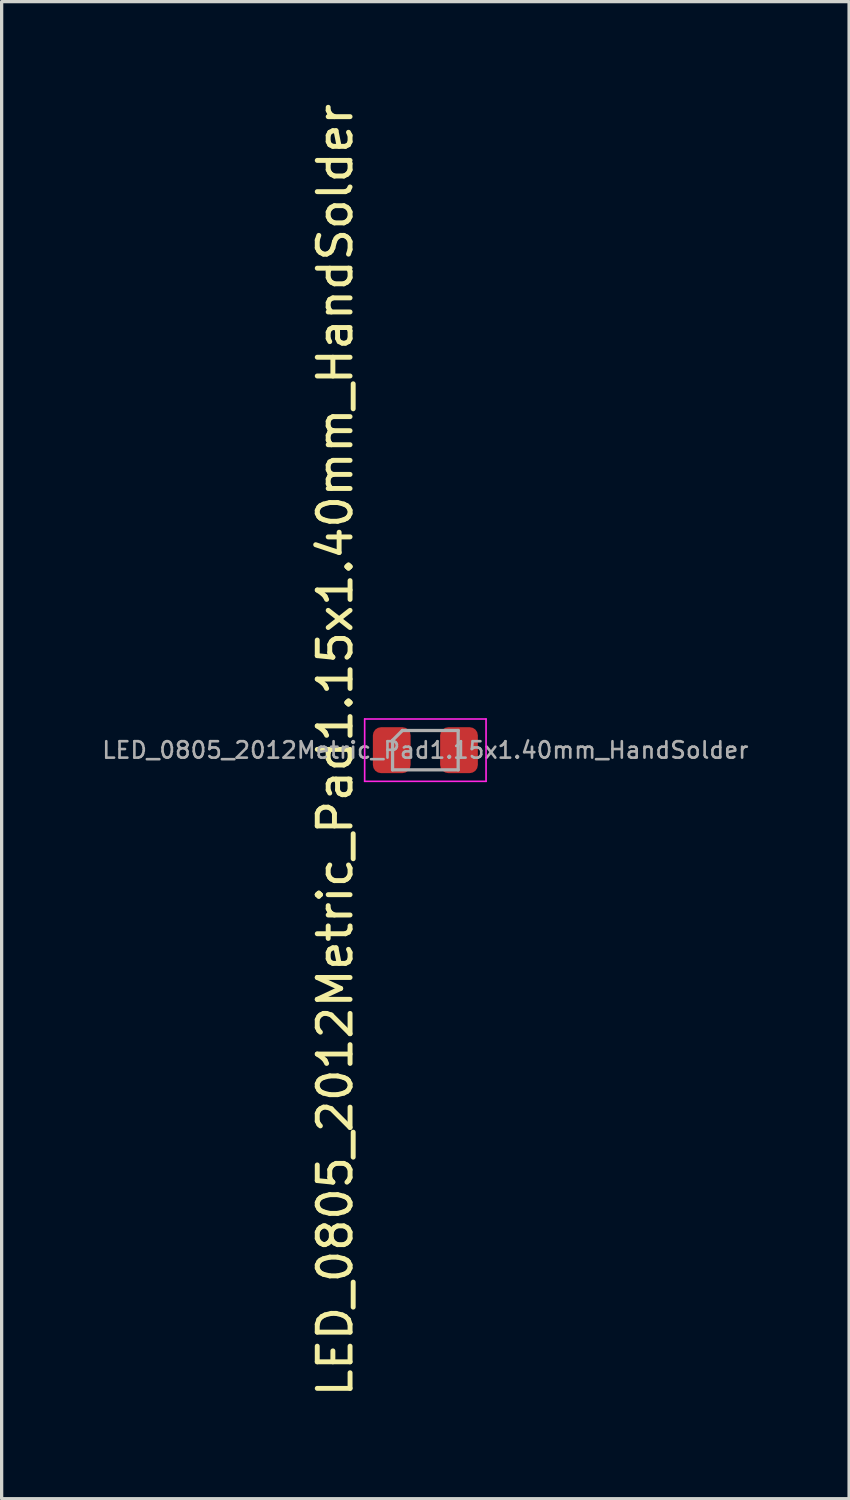
<source format=kicad_pcb>
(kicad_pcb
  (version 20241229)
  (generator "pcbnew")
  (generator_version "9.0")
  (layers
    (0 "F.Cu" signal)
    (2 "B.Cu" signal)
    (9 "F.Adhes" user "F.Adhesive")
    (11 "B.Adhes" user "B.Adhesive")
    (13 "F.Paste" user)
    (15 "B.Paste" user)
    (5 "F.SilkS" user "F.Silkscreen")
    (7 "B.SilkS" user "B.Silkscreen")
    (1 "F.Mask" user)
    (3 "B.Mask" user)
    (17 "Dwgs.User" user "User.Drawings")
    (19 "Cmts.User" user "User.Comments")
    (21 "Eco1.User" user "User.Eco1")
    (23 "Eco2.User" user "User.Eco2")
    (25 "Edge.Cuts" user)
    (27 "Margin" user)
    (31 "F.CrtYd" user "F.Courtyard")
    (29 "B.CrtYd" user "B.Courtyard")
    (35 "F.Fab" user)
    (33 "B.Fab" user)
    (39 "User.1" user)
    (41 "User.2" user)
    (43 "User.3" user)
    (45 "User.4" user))
  (footprint "LED_0805_2012Metric_Pad1.15x1.40mm_HandSolder"
    (layer "F.Cu")
    (at 9.915 19.815)
    (property "Reference" "LED_0805_2012Metric_Pad1.15x1.40mm_HandSolder" (at -2.75 0 270) (layer "F.SilkS") (effects (font (size 1 1) (thickness 0.15))))
    (attr smd)
    (fp_line (start -1.85 -0.95) (end 1.85 -0.95) (stroke (width 0.05) (type solid)) (layer "F.CrtYd"))
    (fp_line (start -1.85 0.95) (end -1.85 -0.95) (stroke (width 0.05) (type solid)) (layer "F.CrtYd"))
    (fp_line (start 1.85 -0.95) (end 1.85 0.95) (stroke (width 0.05) (type solid)) (layer "F.CrtYd"))
    (fp_line (start 1.85 0.95) (end -1.85 0.95) (stroke (width 0.05) (type solid)) (layer "F.CrtYd"))
    (fp_line (start -1 -0.3) (end -1 0.6) (stroke (width 0.1) (type solid)) (layer "F.Fab"))
    (fp_line (start -1 0.6) (end 1 0.6) (stroke (width 0.1) (type solid)) (layer "F.Fab"))
    (fp_line (start -0.7 -0.6) (end -1 -0.3) (stroke (width 0.1) (type solid)) (layer "F.Fab"))
    (fp_line (start 1 -0.6) (end -0.7 -0.6) (stroke (width 0.1) (type solid)) (layer "F.Fab"))
    (fp_line (start 1 0.6) (end 1 -0.6) (stroke (width 0.1) (type solid)) (layer "F.Fab"))
    (fp_text user "${REFERENCE}" (at 0 0 180) (layer "F.Fab") (effects (font (size 0.5 0.5) (thickness 0.08))))
    (pad "1" smd roundrect (at -1.025 0) (size 1.15 1.4) (layers "F.Cu" "F.Mask" "F.Paste") (roundrect_rratio 0.217))
    (pad "2" smd roundrect (at 1.025 0) (size 1.15 1.4) (layers "F.Cu" "F.Mask" "F.Paste") (roundrect_rratio 0.217)))
  (gr_rect
    (start -3 -3)
    (end 22.83 42.631)
    (stroke (width 0.1) (type default))
    (fill no)
    (layer "Edge.Cuts")))
</source>
